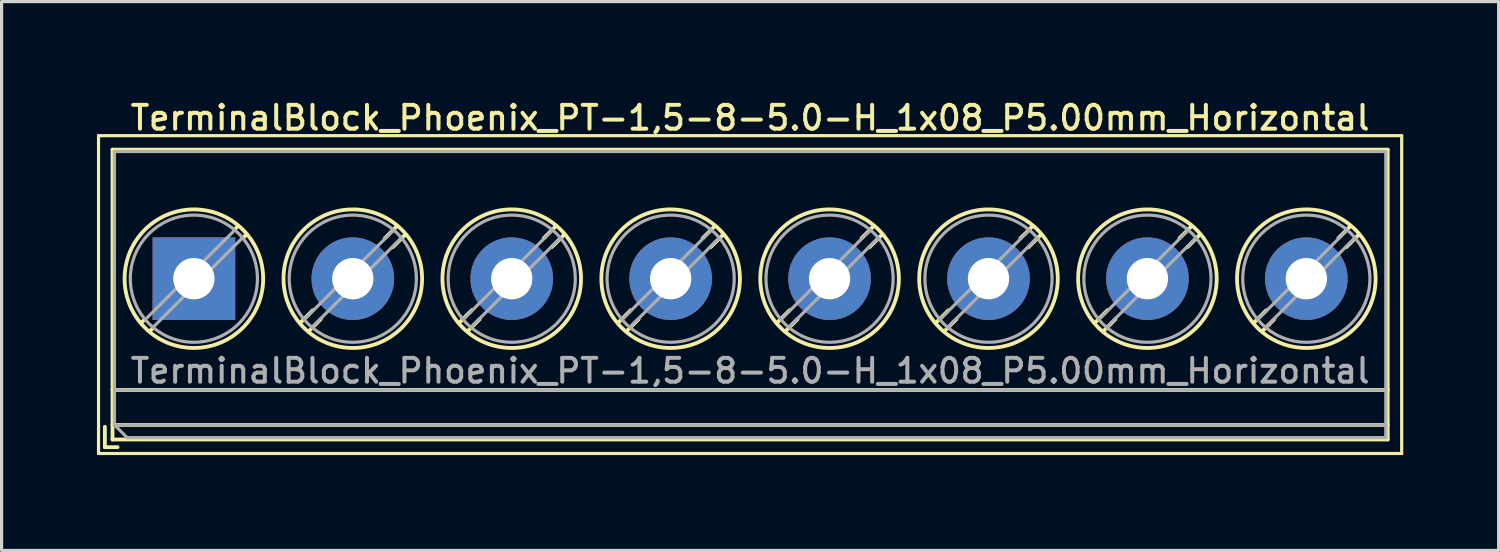
<source format=kicad_pcb>
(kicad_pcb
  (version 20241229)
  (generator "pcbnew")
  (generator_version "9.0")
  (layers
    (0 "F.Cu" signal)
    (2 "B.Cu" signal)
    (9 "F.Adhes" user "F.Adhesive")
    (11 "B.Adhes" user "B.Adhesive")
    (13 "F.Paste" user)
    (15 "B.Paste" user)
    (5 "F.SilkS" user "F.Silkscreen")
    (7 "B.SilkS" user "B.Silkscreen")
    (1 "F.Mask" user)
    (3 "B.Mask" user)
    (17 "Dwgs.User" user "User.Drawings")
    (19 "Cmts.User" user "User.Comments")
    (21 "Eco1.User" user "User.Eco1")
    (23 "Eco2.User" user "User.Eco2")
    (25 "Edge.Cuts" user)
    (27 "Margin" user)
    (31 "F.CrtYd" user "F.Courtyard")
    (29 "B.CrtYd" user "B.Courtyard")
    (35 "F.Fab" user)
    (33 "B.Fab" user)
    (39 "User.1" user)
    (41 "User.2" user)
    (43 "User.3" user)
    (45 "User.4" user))
  (footprint "TerminalBlock_Phoenix_PT-1,5-8-5.0-H_1x08_P5.00mm_Horizontal"
    (layer "F.Cu")
    (at 3.05 5.718)
    (property "Reference" "TerminalBlock_Phoenix_PT-1,5-8-5.0-H_1x08_P5.00mm_Horizontal" (at 17.5 -5.06 0) (layer "F.SilkS") (effects (font (size 0.75 0.75) (thickness 0.125))))
    (attr through_hole)
    (fp_line (start -3 -4.5) (end -3 5.5) (stroke (width 0.1) (type solid)) (layer "F.SilkS"))
    (fp_line (start -3 5.5) (end 38 5.5) (stroke (width 0.1) (type solid)) (layer "F.SilkS"))
    (fp_line (start -2.8 4.66) (end -2.8 5.3) (stroke (width 0.12) (type solid)) (layer "F.SilkS"))
    (fp_line (start -2.8 5.3) (end -2.4 5.3) (stroke (width 0.12) (type solid)) (layer "F.SilkS"))
    (fp_line (start -2.56 -4.06) (end -2.56 5.06) (stroke (width 0.12) (type solid)) (layer "F.SilkS"))
    (fp_line (start -2.56 -4.06) (end 37.56 -4.06) (stroke (width 0.12) (type solid)) (layer "F.SilkS"))
    (fp_line (start -2.56 3.5) (end 37.56 3.5) (stroke (width 0.12) (type solid)) (layer "F.SilkS"))
    (fp_line (start -2.56 4.6) (end 37.56 4.6) (stroke (width 0.12) (type solid)) (layer "F.SilkS"))
    (fp_line (start -2.56 5.06) (end 37.56 5.06) (stroke (width 0.12) (type solid)) (layer "F.SilkS"))
    (fp_line (start -1.548 1.281) (end -1.654 1.388) (stroke (width 0.12) (type solid)) (layer "F.SilkS"))
    (fp_line (start -1.282 1.547) (end -1.388 1.654) (stroke (width 0.12) (type solid)) (layer "F.SilkS"))
    (fp_line (start 1.388 -1.654) (end 1.281 -1.547) (stroke (width 0.12) (type solid)) (layer "F.SilkS"))
    (fp_line (start 1.654 -1.388) (end 1.547 -1.281) (stroke (width 0.12) (type solid)) (layer "F.SilkS"))
    (fp_line (start 3.742 0.992) (end 3.347 1.388) (stroke (width 0.12) (type solid)) (layer "F.SilkS"))
    (fp_line (start 3.993 1.274) (end 3.613 1.654) (stroke (width 0.12) (type solid)) (layer "F.SilkS"))
    (fp_line (start 6.388 -1.654) (end 6.008 -1.274) (stroke (width 0.12) (type solid)) (layer "F.SilkS"))
    (fp_line (start 6.654 -1.388) (end 6.259 -0.992) (stroke (width 0.12) (type solid)) (layer "F.SilkS"))
    (fp_line (start 8.742 0.992) (end 8.347 1.388) (stroke (width 0.12) (type solid)) (layer "F.SilkS"))
    (fp_line (start 8.993 1.274) (end 8.613 1.654) (stroke (width 0.12) (type solid)) (layer "F.SilkS"))
    (fp_line (start 11.388 -1.654) (end 11.008 -1.274) (stroke (width 0.12) (type solid)) (layer "F.SilkS"))
    (fp_line (start 11.654 -1.388) (end 11.259 -0.992) (stroke (width 0.12) (type solid)) (layer "F.SilkS"))
    (fp_line (start 13.742 0.992) (end 13.347 1.388) (stroke (width 0.12) (type solid)) (layer "F.SilkS"))
    (fp_line (start 13.993 1.274) (end 13.613 1.654) (stroke (width 0.12) (type solid)) (layer "F.SilkS"))
    (fp_line (start 16.388 -1.654) (end 16.008 -1.274) (stroke (width 0.12) (type solid)) (layer "F.SilkS"))
    (fp_line (start 16.654 -1.388) (end 16.259 -0.992) (stroke (width 0.12) (type solid)) (layer "F.SilkS"))
    (fp_line (start 18.742 0.992) (end 18.347 1.388) (stroke (width 0.12) (type solid)) (layer "F.SilkS"))
    (fp_line (start 18.993 1.274) (end 18.613 1.654) (stroke (width 0.12) (type solid)) (layer "F.SilkS"))
    (fp_line (start 21.388 -1.654) (end 21.008 -1.274) (stroke (width 0.12) (type solid)) (layer "F.SilkS"))
    (fp_line (start 21.654 -1.388) (end 21.259 -0.992) (stroke (width 0.12) (type solid)) (layer "F.SilkS"))
    (fp_line (start 23.742 0.992) (end 23.347 1.388) (stroke (width 0.12) (type solid)) (layer "F.SilkS"))
    (fp_line (start 23.993 1.274) (end 23.613 1.654) (stroke (width 0.12) (type solid)) (layer "F.SilkS"))
    (fp_line (start 26.388 -1.654) (end 26.008 -1.274) (stroke (width 0.12) (type solid)) (layer "F.SilkS"))
    (fp_line (start 26.654 -1.388) (end 26.259 -0.992) (stroke (width 0.12) (type solid)) (layer "F.SilkS"))
    (fp_line (start 28.742 0.992) (end 28.347 1.388) (stroke (width 0.12) (type solid)) (layer "F.SilkS"))
    (fp_line (start 28.993 1.274) (end 28.613 1.654) (stroke (width 0.12) (type solid)) (layer "F.SilkS"))
    (fp_line (start 31.388 -1.654) (end 31.008 -1.274) (stroke (width 0.12) (type solid)) (layer "F.SilkS"))
    (fp_line (start 31.654 -1.388) (end 31.259 -0.992) (stroke (width 0.12) (type solid)) (layer "F.SilkS"))
    (fp_line (start 33.742 0.992) (end 33.347 1.388) (stroke (width 0.12) (type solid)) (layer "F.SilkS"))
    (fp_line (start 33.993 1.274) (end 33.613 1.654) (stroke (width 0.12) (type solid)) (layer "F.SilkS"))
    (fp_line (start 36.388 -1.654) (end 36.008 -1.274) (stroke (width 0.12) (type solid)) (layer "F.SilkS"))
    (fp_line (start 36.654 -1.388) (end 36.259 -0.992) (stroke (width 0.12) (type solid)) (layer "F.SilkS"))
    (fp_line (start 37.56 -4.06) (end 37.56 5.06) (stroke (width 0.12) (type solid)) (layer "F.SilkS"))
    (fp_line (start 38 -4.5) (end -3 -4.5) (stroke (width 0.1) (type solid)) (layer "F.SilkS"))
    (fp_line (start 38 5.5) (end 38 -4.5) (stroke (width 0.1) (type solid)) (layer "F.SilkS"))
    (fp_circle (center 0 0) (end 2.18 0) (stroke (width 0.12) (type solid)) (fill no) (layer "F.SilkS"))
    (fp_circle (center 5 0) (end 7.18 0) (stroke (width 0.12) (type solid)) (fill no) (layer "F.SilkS"))
    (fp_circle (center 10 0) (end 12.18 0) (stroke (width 0.12) (type solid)) (fill no) (layer "F.SilkS"))
    (fp_circle (center 15 0) (end 17.18 0) (stroke (width 0.12) (type solid)) (fill no) (layer "F.SilkS"))
    (fp_circle (center 20 0) (end 22.18 0) (stroke (width 0.12) (type solid)) (fill no) (layer "F.SilkS"))
    (fp_circle (center 25 0) (end 27.18 0) (stroke (width 0.12) (type solid)) (fill no) (layer "F.SilkS"))
    (fp_circle (center 30 0) (end 32.18 0) (stroke (width 0.12) (type solid)) (fill no) (layer "F.SilkS"))
    (fp_circle (center 35 0) (end 37.18 0) (stroke (width 0.12) (type solid)) (fill no) (layer "F.SilkS"))
    (fp_line (start -2.5 -4) (end 37.5 -4) (stroke (width 0.1) (type solid)) (layer "F.Fab"))
    (fp_line (start -2.5 3.5) (end 37.5 3.5) (stroke (width 0.1) (type solid)) (layer "F.Fab"))
    (fp_line (start -2.5 4.6) (end -2.5 -4) (stroke (width 0.1) (type solid)) (layer "F.Fab"))
    (fp_line (start -2.5 4.6) (end 37.5 4.6) (stroke (width 0.1) (type solid)) (layer "F.Fab"))
    (fp_line (start -2.1 5) (end -2.5 4.6) (stroke (width 0.1) (type solid)) (layer "F.Fab"))
    (fp_line (start 1.273 -1.517) (end -1.517 1.273) (stroke (width 0.1) (type solid)) (layer "F.Fab"))
    (fp_line (start 1.517 -1.273) (end -1.273 1.517) (stroke (width 0.1) (type solid)) (layer "F.Fab"))
    (fp_line (start 6.273 -1.517) (end 3.484 1.273) (stroke (width 0.1) (type solid)) (layer "F.Fab"))
    (fp_line (start 6.517 -1.273) (end 3.728 1.517) (stroke (width 0.1) (type solid)) (layer "F.Fab"))
    (fp_line (start 11.273 -1.517) (end 8.484 1.273) (stroke (width 0.1) (type solid)) (layer "F.Fab"))
    (fp_line (start 11.517 -1.273) (end 8.728 1.517) (stroke (width 0.1) (type solid)) (layer "F.Fab"))
    (fp_line (start 16.273 -1.517) (end 13.484 1.273) (stroke (width 0.1) (type solid)) (layer "F.Fab"))
    (fp_line (start 16.517 -1.273) (end 13.728 1.517) (stroke (width 0.1) (type solid)) (layer "F.Fab"))
    (fp_line (start 21.273 -1.517) (end 18.484 1.273) (stroke (width 0.1) (type solid)) (layer "F.Fab"))
    (fp_line (start 21.517 -1.273) (end 18.728 1.517) (stroke (width 0.1) (type solid)) (layer "F.Fab"))
    (fp_line (start 26.273 -1.517) (end 23.484 1.273) (stroke (width 0.1) (type solid)) (layer "F.Fab"))
    (fp_line (start 26.517 -1.273) (end 23.728 1.517) (stroke (width 0.1) (type solid)) (layer "F.Fab"))
    (fp_line (start 31.273 -1.517) (end 28.484 1.273) (stroke (width 0.1) (type solid)) (layer "F.Fab"))
    (fp_line (start 31.517 -1.273) (end 28.728 1.517) (stroke (width 0.1) (type solid)) (layer "F.Fab"))
    (fp_line (start 36.273 -1.517) (end 33.484 1.273) (stroke (width 0.1) (type solid)) (layer "F.Fab"))
    (fp_line (start 36.517 -1.273) (end 33.728 1.517) (stroke (width 0.1) (type solid)) (layer "F.Fab"))
    (fp_line (start 37.5 -4) (end 37.5 5) (stroke (width 0.1) (type solid)) (layer "F.Fab"))
    (fp_line (start 37.5 5) (end -2.1 5) (stroke (width 0.1) (type solid)) (layer "F.Fab"))
    (fp_circle (center 0 0) (end 2 0) (stroke (width 0.1) (type solid)) (fill no) (layer "F.Fab"))
    (fp_circle (center 5 0) (end 7 0) (stroke (width 0.1) (type solid)) (fill no) (layer "F.Fab"))
    (fp_circle (center 10 0) (end 12 0) (stroke (width 0.1) (type solid)) (fill no) (layer "F.Fab"))
    (fp_circle (center 15 0) (end 17 0) (stroke (width 0.1) (type solid)) (fill no) (layer "F.Fab"))
    (fp_circle (center 20 0) (end 22 0) (stroke (width 0.1) (type solid)) (fill no) (layer "F.Fab"))
    (fp_circle (center 25 0) (end 27 0) (stroke (width 0.1) (type solid)) (fill no) (layer "F.Fab"))
    (fp_circle (center 30 0) (end 32 0) (stroke (width 0.1) (type solid)) (fill no) (layer "F.Fab"))
    (fp_circle (center 35 0) (end 37 0) (stroke (width 0.1) (type solid)) (fill no) (layer "F.Fab"))
    (fp_text user "${REFERENCE}" (at 17.5 2.9 0) (layer "F.Fab") (effects (font (size 0.75 0.75) (thickness 0.125))))
    (pad "1" thru_hole rect (at 0 0) (size 2.6 2.6) (drill 1.3) (layers "*.Cu" "*.Mask"))
    (pad "2" thru_hole circle (at 5 0) (size 2.6 2.6) (drill 1.3) (layers "*.Cu" "*.Mask"))
    (pad "3" thru_hole circle (at 10 0) (size 2.6 2.6) (drill 1.3) (layers "*.Cu" "*.Mask"))
    (pad "4" thru_hole circle (at 15 0) (size 2.6 2.6) (drill 1.3) (layers "*.Cu" "*.Mask"))
    (pad "5" thru_hole circle (at 20 0) (size 2.6 2.6) (drill 1.3) (layers "*.Cu" "*.Mask"))
    (pad "6" thru_hole circle (at 25 0) (size 2.6 2.6) (drill 1.3) (layers "*.Cu" "*.Mask"))
    (pad "7" thru_hole circle (at 30 0) (size 2.6 2.6) (drill 1.3) (layers "*.Cu" "*.Mask"))
    (pad "8" thru_hole circle (at 35 0) (size 2.6 2.6) (drill 1.3) (layers "*.Cu" "*.Mask")))
  (gr_rect
    (start -3 -3)
    (end 44.1 14.268)
    (stroke (width 0.1) (type default))
    (fill no)
    (layer "Edge.Cuts")))
</source>
